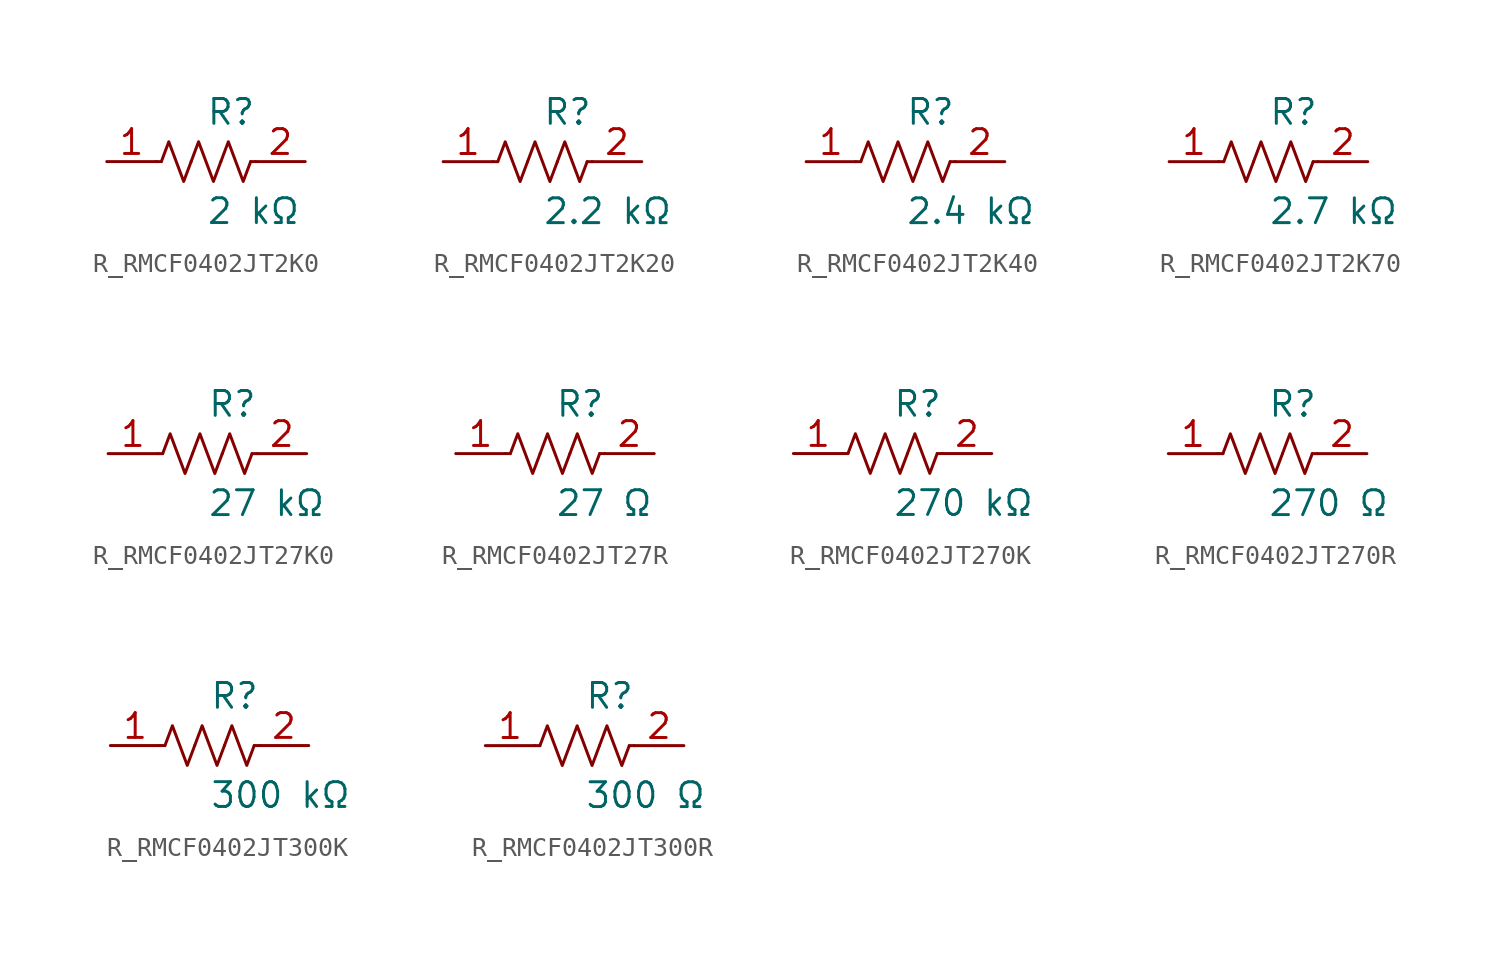
<source format=kicad_sym>
(kicad_symbol_lib
  (version 20231120)
  (generator kicad_symbol_editor)
  (generator_version 8.0)
  (symbol "R_RMCF0402JT2K0"
    (pin_names
      (offset 0.254))
    (property "Reference" "R"
      (at 0 2.54 0)
      (effects (font (size 1.27 1.27)) (justify left)))
    (property "Value" "2 kΩ"
      (at 0 -2.54 0)
      (effects (font (size 1.27 1.27)) (justify left)))
    (symbol "R_RMCF0402JT2K0_0_1"
      (polyline (pts (xy 2.286 0) (xy 2.54 0)) (stroke (width 0) (type default)) (fill (type none)))
      (polyline (pts (xy -2.286 0) (xy -2.54 0)) (stroke (width 0) (type default)) (fill (type none)))
      (polyline (pts (xy 0.762 0) (xy 1.143 1.016) (xy 1.524 0) (xy 1.905 -1.016) (xy 2.286 0)) (stroke (width 0) (type default)) (fill (type none)))
      (polyline (pts (xy -0.762 0) (xy -0.381 1.016) (xy 0 0) (xy 0.381 -1.016) (xy 0.762 0)) (stroke (width 0) (type default)) (fill (type none)))
      (polyline (pts (xy -2.286 0) (xy -1.905 1.016) (xy -1.524 0) (xy -1.143 -1.016) (xy -0.762 0)) (stroke (width 0) (type default)) (fill (type none))))
    (pin unspecified line
      (at -5.08 0 0)
      (length 2.54)
      (name "" (effects (font (size 1.27 1.27))))
      (number "1" (effects (font (size 1.27 1.27)))))
    (pin unspecified line
      (at 5.08 0 180)
      (length 2.54)
      (name "" (effects (font (size 1.27 1.27))))
      (number "2" (effects (font (size 1.27 1.27))))))
  (symbol "R_RMCF0402JT2K20"
    (pin_names
      (offset 0.254))
    (property "Reference" "R"
      (at 0 2.54 0)
      (effects (font (size 1.27 1.27)) (justify left)))
    (property "Value" "2.2 kΩ"
      (at 0 -2.54 0)
      (effects (font (size 1.27 1.27)) (justify left)))
    (symbol "R_RMCF0402JT2K20_0_1"
      (polyline (pts (xy 2.286 0) (xy 2.54 0)) (stroke (width 0) (type default)) (fill (type none)))
      (polyline (pts (xy -2.286 0) (xy -2.54 0)) (stroke (width 0) (type default)) (fill (type none)))
      (polyline (pts (xy 0.762 0) (xy 1.143 1.016) (xy 1.524 0) (xy 1.905 -1.016) (xy 2.286 0)) (stroke (width 0) (type default)) (fill (type none)))
      (polyline (pts (xy -0.762 0) (xy -0.381 1.016) (xy 0 0) (xy 0.381 -1.016) (xy 0.762 0)) (stroke (width 0) (type default)) (fill (type none)))
      (polyline (pts (xy -2.286 0) (xy -1.905 1.016) (xy -1.524 0) (xy -1.143 -1.016) (xy -0.762 0)) (stroke (width 0) (type default)) (fill (type none))))
    (pin unspecified line
      (at -5.08 0 0)
      (length 2.54)
      (name "" (effects (font (size 1.27 1.27))))
      (number "1" (effects (font (size 1.27 1.27)))))
    (pin unspecified line
      (at 5.08 0 180)
      (length 2.54)
      (name "" (effects (font (size 1.27 1.27))))
      (number "2" (effects (font (size 1.27 1.27))))))
  (symbol "R_RMCF0402JT2K40"
    (pin_names
      (offset 0.254))
    (property "Reference" "R"
      (at 0 2.54 0)
      (effects (font (size 1.27 1.27)) (justify left)))
    (property "Value" "2.4 kΩ"
      (at 0 -2.54 0)
      (effects (font (size 1.27 1.27)) (justify left)))
    (symbol "R_RMCF0402JT2K40_0_1"
      (polyline (pts (xy 2.286 0) (xy 2.54 0)) (stroke (width 0) (type default)) (fill (type none)))
      (polyline (pts (xy -2.286 0) (xy -2.54 0)) (stroke (width 0) (type default)) (fill (type none)))
      (polyline (pts (xy 0.762 0) (xy 1.143 1.016) (xy 1.524 0) (xy 1.905 -1.016) (xy 2.286 0)) (stroke (width 0) (type default)) (fill (type none)))
      (polyline (pts (xy -0.762 0) (xy -0.381 1.016) (xy 0 0) (xy 0.381 -1.016) (xy 0.762 0)) (stroke (width 0) (type default)) (fill (type none)))
      (polyline (pts (xy -2.286 0) (xy -1.905 1.016) (xy -1.524 0) (xy -1.143 -1.016) (xy -0.762 0)) (stroke (width 0) (type default)) (fill (type none))))
    (pin unspecified line
      (at -5.08 0 0)
      (length 2.54)
      (name "" (effects (font (size 1.27 1.27))))
      (number "1" (effects (font (size 1.27 1.27)))))
    (pin unspecified line
      (at 5.08 0 180)
      (length 2.54)
      (name "" (effects (font (size 1.27 1.27))))
      (number "2" (effects (font (size 1.27 1.27))))))
  (symbol "R_RMCF0402JT2K70"
    (pin_names
      (offset 0.254))
    (property "Reference" "R"
      (at 0 2.54 0)
      (effects (font (size 1.27 1.27)) (justify left)))
    (property "Value" "2.7 kΩ"
      (at 0 -2.54 0)
      (effects (font (size 1.27 1.27)) (justify left)))
    (symbol "R_RMCF0402JT2K70_0_1"
      (polyline (pts (xy 2.286 0) (xy 2.54 0)) (stroke (width 0) (type default)) (fill (type none)))
      (polyline (pts (xy -2.286 0) (xy -2.54 0)) (stroke (width 0) (type default)) (fill (type none)))
      (polyline (pts (xy 0.762 0) (xy 1.143 1.016) (xy 1.524 0) (xy 1.905 -1.016) (xy 2.286 0)) (stroke (width 0) (type default)) (fill (type none)))
      (polyline (pts (xy -0.762 0) (xy -0.381 1.016) (xy 0 0) (xy 0.381 -1.016) (xy 0.762 0)) (stroke (width 0) (type default)) (fill (type none)))
      (polyline (pts (xy -2.286 0) (xy -1.905 1.016) (xy -1.524 0) (xy -1.143 -1.016) (xy -0.762 0)) (stroke (width 0) (type default)) (fill (type none))))
    (pin unspecified line
      (at -5.08 0 0)
      (length 2.54)
      (name "" (effects (font (size 1.27 1.27))))
      (number "1" (effects (font (size 1.27 1.27)))))
    (pin unspecified line
      (at 5.08 0 180)
      (length 2.54)
      (name "" (effects (font (size 1.27 1.27))))
      (number "2" (effects (font (size 1.27 1.27))))))
  (symbol "R_RMCF0402JT27K0"
    (pin_names
      (offset 0.254))
    (property "Reference" "R"
      (at 0 2.54 0)
      (effects (font (size 1.27 1.27)) (justify left)))
    (property "Value" "27 kΩ"
      (at 0 -2.54 0)
      (effects (font (size 1.27 1.27)) (justify left)))
    (symbol "R_RMCF0402JT27K0_0_1"
      (polyline (pts (xy 2.286 0) (xy 2.54 0)) (stroke (width 0) (type default)) (fill (type none)))
      (polyline (pts (xy -2.286 0) (xy -2.54 0)) (stroke (width 0) (type default)) (fill (type none)))
      (polyline (pts (xy 0.762 0) (xy 1.143 1.016) (xy 1.524 0) (xy 1.905 -1.016) (xy 2.286 0)) (stroke (width 0) (type default)) (fill (type none)))
      (polyline (pts (xy -0.762 0) (xy -0.381 1.016) (xy 0 0) (xy 0.381 -1.016) (xy 0.762 0)) (stroke (width 0) (type default)) (fill (type none)))
      (polyline (pts (xy -2.286 0) (xy -1.905 1.016) (xy -1.524 0) (xy -1.143 -1.016) (xy -0.762 0)) (stroke (width 0) (type default)) (fill (type none))))
    (pin unspecified line
      (at -5.08 0 0)
      (length 2.54)
      (name "" (effects (font (size 1.27 1.27))))
      (number "1" (effects (font (size 1.27 1.27)))))
    (pin unspecified line
      (at 5.08 0 180)
      (length 2.54)
      (name "" (effects (font (size 1.27 1.27))))
      (number "2" (effects (font (size 1.27 1.27))))))
  (symbol "R_RMCF0402JT27R"
    (pin_names
      (offset 0.254))
    (property "Reference" "R"
      (at 0 2.54 0)
      (effects (font (size 1.27 1.27)) (justify left)))
    (property "Value" "27 Ω"
      (at 0 -2.54 0)
      (effects (font (size 1.27 1.27)) (justify left)))
    (symbol "R_RMCF0402JT27R_0_1"
      (polyline (pts (xy 2.286 0) (xy 2.54 0)) (stroke (width 0) (type default)) (fill (type none)))
      (polyline (pts (xy -2.286 0) (xy -2.54 0)) (stroke (width 0) (type default)) (fill (type none)))
      (polyline (pts (xy 0.762 0) (xy 1.143 1.016) (xy 1.524 0) (xy 1.905 -1.016) (xy 2.286 0)) (stroke (width 0) (type default)) (fill (type none)))
      (polyline (pts (xy -0.762 0) (xy -0.381 1.016) (xy 0 0) (xy 0.381 -1.016) (xy 0.762 0)) (stroke (width 0) (type default)) (fill (type none)))
      (polyline (pts (xy -2.286 0) (xy -1.905 1.016) (xy -1.524 0) (xy -1.143 -1.016) (xy -0.762 0)) (stroke (width 0) (type default)) (fill (type none))))
    (pin unspecified line
      (at -5.08 0 0)
      (length 2.54)
      (name "" (effects (font (size 1.27 1.27))))
      (number "1" (effects (font (size 1.27 1.27)))))
    (pin unspecified line
      (at 5.08 0 180)
      (length 2.54)
      (name "" (effects (font (size 1.27 1.27))))
      (number "2" (effects (font (size 1.27 1.27))))))
  (symbol "R_RMCF0402JT270K"
    (pin_names
      (offset 0.254))
    (property "Reference" "R"
      (at 0 2.54 0)
      (effects (font (size 1.27 1.27)) (justify left)))
    (property "Value" "270 kΩ"
      (at 0 -2.54 0)
      (effects (font (size 1.27 1.27)) (justify left)))
    (symbol "R_RMCF0402JT270K_0_1"
      (polyline (pts (xy 2.286 0) (xy 2.54 0)) (stroke (width 0) (type default)) (fill (type none)))
      (polyline (pts (xy -2.286 0) (xy -2.54 0)) (stroke (width 0) (type default)) (fill (type none)))
      (polyline (pts (xy 0.762 0) (xy 1.143 1.016) (xy 1.524 0) (xy 1.905 -1.016) (xy 2.286 0)) (stroke (width 0) (type default)) (fill (type none)))
      (polyline (pts (xy -0.762 0) (xy -0.381 1.016) (xy 0 0) (xy 0.381 -1.016) (xy 0.762 0)) (stroke (width 0) (type default)) (fill (type none)))
      (polyline (pts (xy -2.286 0) (xy -1.905 1.016) (xy -1.524 0) (xy -1.143 -1.016) (xy -0.762 0)) (stroke (width 0) (type default)) (fill (type none))))
    (pin unspecified line
      (at -5.08 0 0)
      (length 2.54)
      (name "" (effects (font (size 1.27 1.27))))
      (number "1" (effects (font (size 1.27 1.27)))))
    (pin unspecified line
      (at 5.08 0 180)
      (length 2.54)
      (name "" (effects (font (size 1.27 1.27))))
      (number "2" (effects (font (size 1.27 1.27))))))
  (symbol "R_RMCF0402JT270R"
    (pin_names
      (offset 0.254))
    (property "Reference" "R"
      (at 0 2.54 0)
      (effects (font (size 1.27 1.27)) (justify left)))
    (property "Value" "270 Ω"
      (at 0 -2.54 0)
      (effects (font (size 1.27 1.27)) (justify left)))
    (symbol "R_RMCF0402JT270R_0_1"
      (polyline (pts (xy 2.286 0) (xy 2.54 0)) (stroke (width 0) (type default)) (fill (type none)))
      (polyline (pts (xy -2.286 0) (xy -2.54 0)) (stroke (width 0) (type default)) (fill (type none)))
      (polyline (pts (xy 0.762 0) (xy 1.143 1.016) (xy 1.524 0) (xy 1.905 -1.016) (xy 2.286 0)) (stroke (width 0) (type default)) (fill (type none)))
      (polyline (pts (xy -0.762 0) (xy -0.381 1.016) (xy 0 0) (xy 0.381 -1.016) (xy 0.762 0)) (stroke (width 0) (type default)) (fill (type none)))
      (polyline (pts (xy -2.286 0) (xy -1.905 1.016) (xy -1.524 0) (xy -1.143 -1.016) (xy -0.762 0)) (stroke (width 0) (type default)) (fill (type none))))
    (pin unspecified line
      (at -5.08 0 0)
      (length 2.54)
      (name "" (effects (font (size 1.27 1.27))))
      (number "1" (effects (font (size 1.27 1.27)))))
    (pin unspecified line
      (at 5.08 0 180)
      (length 2.54)
      (name "" (effects (font (size 1.27 1.27))))
      (number "2" (effects (font (size 1.27 1.27))))))
  (symbol "R_RMCF0402JT300K"
    (pin_names
      (offset 0.254))
    (property "Reference" "R"
      (at 0 2.54 0)
      (effects (font (size 1.27 1.27)) (justify left)))
    (property "Value" "300 kΩ"
      (at 0 -2.54 0)
      (effects (font (size 1.27 1.27)) (justify left)))
    (symbol "R_RMCF0402JT300K_0_1"
      (polyline (pts (xy 2.286 0) (xy 2.54 0)) (stroke (width 0) (type default)) (fill (type none)))
      (polyline (pts (xy -2.286 0) (xy -2.54 0)) (stroke (width 0) (type default)) (fill (type none)))
      (polyline (pts (xy 0.762 0) (xy 1.143 1.016) (xy 1.524 0) (xy 1.905 -1.016) (xy 2.286 0)) (stroke (width 0) (type default)) (fill (type none)))
      (polyline (pts (xy -0.762 0) (xy -0.381 1.016) (xy 0 0) (xy 0.381 -1.016) (xy 0.762 0)) (stroke (width 0) (type default)) (fill (type none)))
      (polyline (pts (xy -2.286 0) (xy -1.905 1.016) (xy -1.524 0) (xy -1.143 -1.016) (xy -0.762 0)) (stroke (width 0) (type default)) (fill (type none))))
    (pin unspecified line
      (at -5.08 0 0)
      (length 2.54)
      (name "" (effects (font (size 1.27 1.27))))
      (number "1" (effects (font (size 1.27 1.27)))))
    (pin unspecified line
      (at 5.08 0 180)
      (length 2.54)
      (name "" (effects (font (size 1.27 1.27))))
      (number "2" (effects (font (size 1.27 1.27))))))
  (symbol "R_RMCF0402JT300R"
    (pin_names
      (offset 0.254))
    (property "Reference" "R"
      (at 0 2.54 0)
      (effects (font (size 1.27 1.27)) (justify left)))
    (property "Value" "300 Ω"
      (at 0 -2.54 0)
      (effects (font (size 1.27 1.27)) (justify left)))
    (symbol "R_RMCF0402JT300R_0_1"
      (polyline (pts (xy 2.286 0) (xy 2.54 0)) (stroke (width 0) (type default)) (fill (type none)))
      (polyline (pts (xy -2.286 0) (xy -2.54 0)) (stroke (width 0) (type default)) (fill (type none)))
      (polyline (pts (xy 0.762 0) (xy 1.143 1.016) (xy 1.524 0) (xy 1.905 -1.016) (xy 2.286 0)) (stroke (width 0) (type default)) (fill (type none)))
      (polyline (pts (xy -0.762 0) (xy -0.381 1.016) (xy 0 0) (xy 0.381 -1.016) (xy 0.762 0)) (stroke (width 0) (type default)) (fill (type none)))
      (polyline (pts (xy -2.286 0) (xy -1.905 1.016) (xy -1.524 0) (xy -1.143 -1.016) (xy -0.762 0)) (stroke (width 0) (type default)) (fill (type none))))
    (pin unspecified line
      (at -5.08 0 0)
      (length 2.54)
      (name "" (effects (font (size 1.27 1.27))))
      (number "1" (effects (font (size 1.27 1.27)))))
    (pin unspecified line
      (at 5.08 0 180)
      (length 2.54)
      (name "" (effects (font (size 1.27 1.27))))
      (number "2" (effects (font (size 1.27 1.27)))))))
</source>
